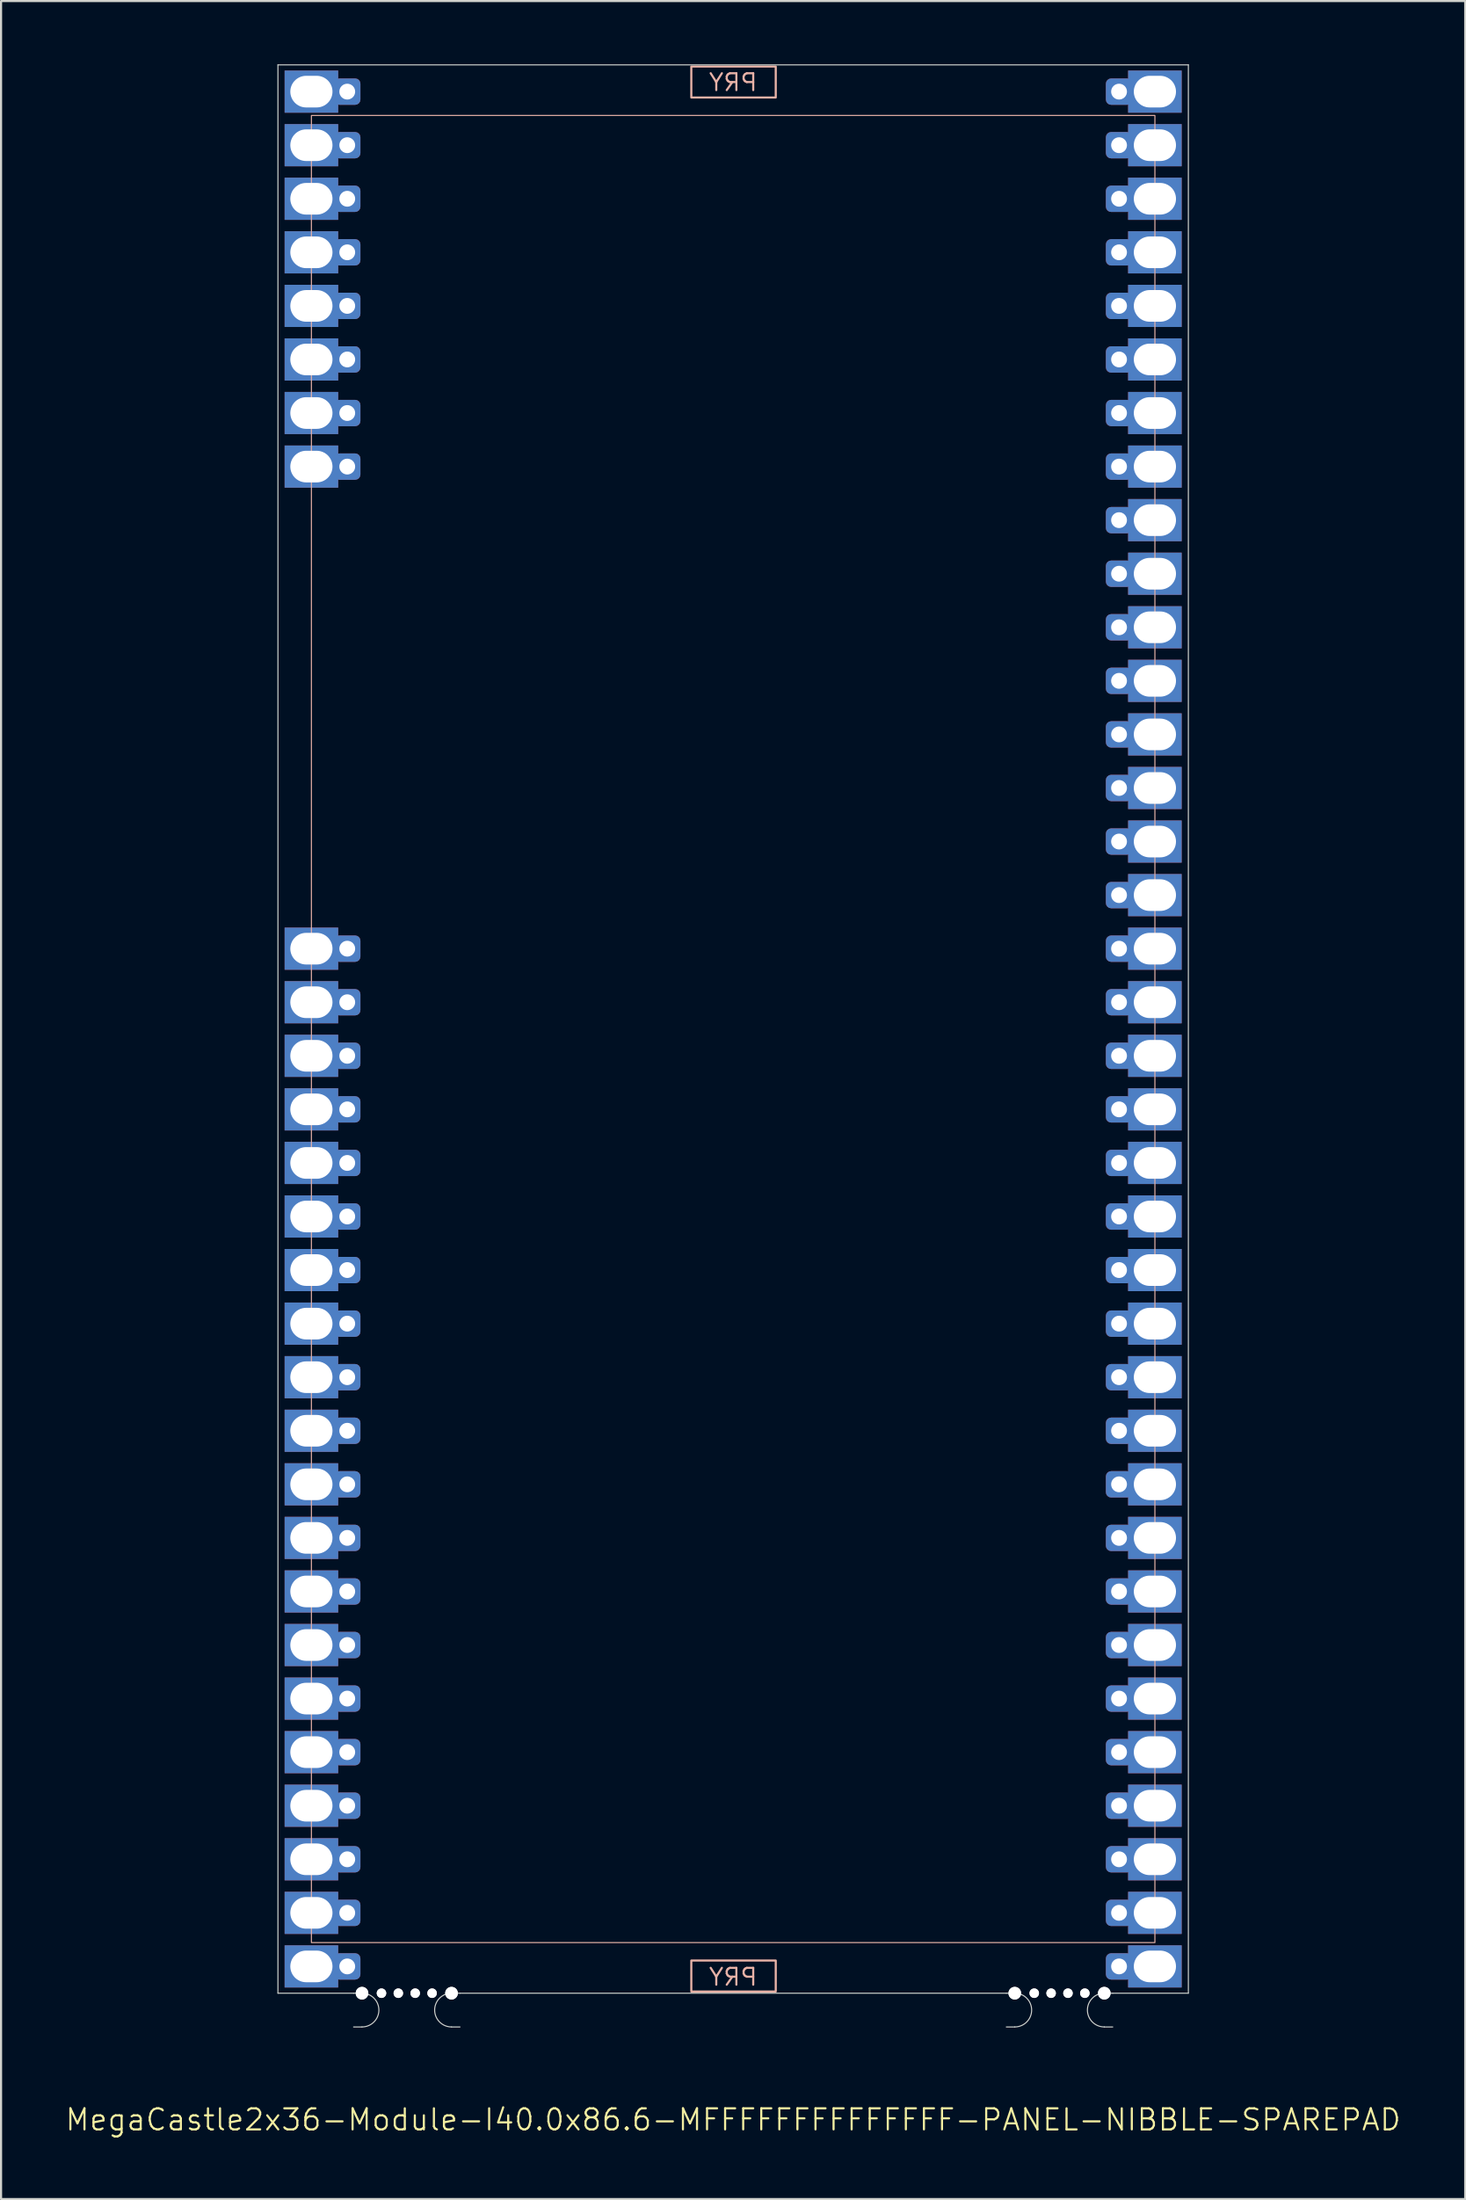
<source format=kicad_pcb>
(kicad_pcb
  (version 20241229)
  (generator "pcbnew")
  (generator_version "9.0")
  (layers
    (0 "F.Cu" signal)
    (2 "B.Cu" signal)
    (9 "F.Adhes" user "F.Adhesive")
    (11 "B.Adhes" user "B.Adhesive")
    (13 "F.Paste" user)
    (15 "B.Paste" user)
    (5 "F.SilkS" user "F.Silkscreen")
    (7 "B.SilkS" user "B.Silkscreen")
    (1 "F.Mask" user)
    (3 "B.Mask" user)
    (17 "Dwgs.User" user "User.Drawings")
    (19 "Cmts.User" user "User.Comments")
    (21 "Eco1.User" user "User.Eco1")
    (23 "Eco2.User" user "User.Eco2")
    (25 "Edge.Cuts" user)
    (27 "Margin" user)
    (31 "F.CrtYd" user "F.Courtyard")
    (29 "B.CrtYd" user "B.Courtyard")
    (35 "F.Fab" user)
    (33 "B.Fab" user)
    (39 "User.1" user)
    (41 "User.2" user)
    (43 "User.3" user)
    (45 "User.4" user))
  (footprint "MegaCastle2x36-Module-I40.0x86.6-MFFFFFFFFFFFFFF-PANEL-NIBBLE-SPAREPAD"
    (layer "F.Cu")
    (at 31.717 45.745)
    (property "Reference" "MegaCastle2x36-Module-I40.0x86.6-MFFFFFFFFFFFFFF-PANEL-NIBBLE-SPAREPAD" (at 0 51.72 0) (unlocked yes) (layer "F.SilkS") (effects (font (size 1 1) (thickness 0.1))))
    (attr smd)
    (fp_rect (start -20 43.32) (end 20 -43.32) (stroke (width 0.05) (type default)) (fill no) (layer "B.SilkS"))
    (fp_rect (start -1.984 -44.171) (end 2.02 -45.64) (stroke (width 0.1) (type default)) (fill no) (layer "B.SilkS"))
    (fp_rect (start -1.984 44.171) (end 2.02 45.64) (stroke (width 0.1) (type default)) (fill no) (layer "B.SilkS"))
    (fp_line (start -21.587 -45.72) (end -21.587 45.72) (stroke (width 0.05) (type default)) (layer "Edge.Cuts"))
    (fp_line (start -21.587 -45.72) (end 21.587 -45.72) (stroke (width 0.05) (type default)) (layer "Edge.Cuts"))
    (fp_line (start -21.587 45.72) (end -18 45.72) (stroke (width 0.05) (type default)) (layer "Edge.Cuts"))
    (fp_line (start -18 45.72) (end -17.6 45.72) (stroke (width 0.05) (type default)) (layer "Edge.Cuts"))
    (fp_line (start -18 47.32) (end -17.6 47.32) (stroke (width 0.05) (type default)) (layer "Edge.Cuts"))
    (fp_line (start -12.955 45.72) (end -13.355 45.72) (stroke (width 0.05) (type default)) (layer "Edge.Cuts"))
    (fp_line (start -12.955 45.72) (end 12.955 45.72) (stroke (width 0.05) (type default)) (layer "Edge.Cuts"))
    (fp_line (start -12.955 47.32) (end -13.355 47.32) (stroke (width 0.05) (type default)) (layer "Edge.Cuts"))
    (fp_line (start 12.955 45.72) (end 13.355 45.72) (stroke (width 0.05) (type default)) (layer "Edge.Cuts"))
    (fp_line (start 12.955 47.32) (end 13.355 47.32) (stroke (width 0.05) (type default)) (layer "Edge.Cuts"))
    (fp_line (start 18 45.72) (end 17.6 45.72) (stroke (width 0.05) (type default)) (layer "Edge.Cuts"))
    (fp_line (start 18 45.72) (end 21.587 45.72) (stroke (width 0.05) (type default)) (layer "Edge.Cuts"))
    (fp_line (start 18 47.32) (end 17.6 47.32) (stroke (width 0.05) (type default)) (layer "Edge.Cuts"))
    (fp_line (start 21.587 -45.72) (end 21.587 45.72) (stroke (width 0.05) (type default)) (layer "Edge.Cuts"))
    (fp_arc (start -17.6 45.720001) (mid -16.799999 46.52) (end -17.6 47.32) (stroke (width 0.05) (type default)) (layer "Edge.Cuts"))
    (fp_arc (start -13.355 47.32) (mid -14.154999 46.520001) (end -13.355 45.720001) (stroke (width 0.05) (type default)) (layer "Edge.Cuts"))
    (fp_arc (start 13.355001 45.720001) (mid 14.155002 46.52) (end 13.355001 47.32) (stroke (width 0.05) (type default)) (layer "Edge.Cuts"))
    (fp_arc (start 17.600002 47.32) (mid 16.8 46.52) (end 17.600002 45.720001) (stroke (width 0.05) (type default)) (layer "Edge.Cuts"))
    (fp_text user "PRY" (at 0 -44.42 0) (unlocked yes) (layer "B.SilkS") (effects (font (size 0.8 0.8) (thickness 0.1)) (justify bottom mirror)))
    (fp_text user "PRY" (at 0 45.42 0) (unlocked yes) (layer "B.SilkS") (effects (font (size 0.8 0.8) (thickness 0.1)) (justify bottom mirror)))
    (pad "" np_thru_hole circle (at -17.6 45.72) (size 0.6 0.6) (drill 0.6) (layers "*.Cu" "Edge.Cuts"))
    (pad "" np_thru_hole circle (at -16.677 45.72) (size 0.45 0.45) (drill 0.45) (layers "*.Cu" "Edge.Cuts"))
    (pad "" np_thru_hole circle (at -15.878 45.72) (size 0.45 0.45) (drill 0.45) (layers "*.Cu" "Edge.Cuts"))
    (pad "" np_thru_hole circle (at -15.078 45.72) (size 0.45 0.45) (drill 0.45) (layers "*.Cu" "Edge.Cuts"))
    (pad "" np_thru_hole circle (at -14.277 45.72) (size 0.45 0.45) (drill 0.45) (layers "*.Cu" "Edge.Cuts"))
    (pad "" np_thru_hole circle (at -13.355 45.72) (size 0.6 0.6) (drill 0.6) (layers "*.Cu" "Edge.Cuts"))
    (pad "" np_thru_hole circle (at 13.355 45.72) (size 0.6 0.6) (drill 0.6) (layers "*.Cu" "Edge.Cuts"))
    (pad "" np_thru_hole circle (at 14.278 45.72) (size 0.45 0.45) (drill 0.45) (layers "*.Cu" "Edge.Cuts"))
    (pad "" np_thru_hole circle (at 15.078 45.72) (size 0.45 0.45) (drill 0.45) (layers "*.Cu" "Edge.Cuts"))
    (pad "" np_thru_hole circle (at 15.878 45.72) (size 0.45 0.45) (drill 0.45) (layers "*.Cu" "Edge.Cuts"))
    (pad "" np_thru_hole circle (at 16.678 45.72) (size 0.45 0.45) (drill 0.45) (layers "*.Cu" "Edge.Cuts"))
    (pad "" np_thru_hole circle (at 17.6 45.72) (size 0.6 0.6) (drill 0.6) (layers "*.Cu" "Edge.Cuts"))
    (pad "1" thru_hole rect (at -20 -44.45) (size 2.54 2) (drill oval 2 1.5) (property pad_prop_castellated) (layers "*.Cu" "*.Mask"))
    (pad "1" thru_hole roundrect (at -18.3 -44.45 180) (size 1.25 1.25) (drill 0.75) (layers "*.Cu" "*.Mask") (roundrect_rratio 0.2))
    (pad "2" thru_hole rect (at -20 -41.91) (size 2.54 2) (drill oval 2 1.5) (property pad_prop_castellated) (layers "*.Cu" "*.Mask"))
    (pad "2" thru_hole roundrect (at -18.3 -41.91 180) (size 1.25 1.25) (drill 0.75) (layers "*.Cu" "*.Mask") (roundrect_rratio 0.2))
    (pad "3" thru_hole rect (at -20 -39.37) (size 2.54 2) (drill oval 2 1.5) (property pad_prop_castellated) (layers "*.Cu" "*.Mask"))
    (pad "3" thru_hole roundrect (at -18.3 -39.37 180) (size 1.25 1.25) (drill 0.75) (layers "*.Cu" "*.Mask") (roundrect_rratio 0.2))
    (pad "4" thru_hole rect (at -20 -36.83) (size 2.54 2) (drill oval 2 1.5) (property pad_prop_castellated) (layers "*.Cu" "*.Mask"))
    (pad "4" thru_hole roundrect (at -18.3 -36.83 180) (size 1.25 1.25) (drill 0.75) (layers "*.Cu" "*.Mask") (roundrect_rratio 0.2))
    (pad "5" thru_hole rect (at -20 -34.29) (size 2.54 2) (drill oval 2 1.5) (property pad_prop_castellated) (layers "*.Cu" "*.Mask"))
    (pad "5" thru_hole roundrect (at -18.3 -34.29 180) (size 1.25 1.25) (drill 0.75) (layers "*.Cu" "*.Mask") (roundrect_rratio 0.2))
    (pad "6" thru_hole rect (at -20 -31.75) (size 2.54 2) (drill oval 2 1.5) (property pad_prop_castellated) (layers "*.Cu" "*.Mask"))
    (pad "6" thru_hole roundrect (at -18.3 -31.75 180) (size 1.25 1.25) (drill 0.75) (layers "*.Cu" "*.Mask") (roundrect_rratio 0.2))
    (pad "7" thru_hole rect (at -20 -29.21) (size 2.54 2) (drill oval 2 1.5) (property pad_prop_castellated) (layers "*.Cu" "*.Mask"))
    (pad "7" thru_hole roundrect (at -18.3 -29.21 180) (size 1.25 1.25) (drill 0.75) (layers "*.Cu" "*.Mask") (roundrect_rratio 0.2))
    (pad "8" thru_hole rect (at -20 -26.67) (size 2.54 2) (drill oval 2 1.5) (property pad_prop_castellated) (layers "*.Cu" "*.Mask"))
    (pad "8" thru_hole roundrect (at -18.3 -26.67 180) (size 1.25 1.25) (drill 0.75) (layers "*.Cu" "*.Mask") (roundrect_rratio 0.2))
    (pad "17" thru_hole rect (at -20 -3.81) (size 2.54 2) (drill oval 2 1.5) (property pad_prop_castellated) (layers "*.Cu" "*.Mask"))
    (pad "17" thru_hole roundrect (at -18.3 -3.81 180) (size 1.25 1.25) (drill 0.75) (layers "*.Cu" "*.Mask") (roundrect_rratio 0.2))
    (pad "18" thru_hole rect (at -20 -1.27) (size 2.54 2) (drill oval 2 1.5) (property pad_prop_castellated) (layers "*.Cu" "*.Mask"))
    (pad "18" thru_hole roundrect (at -18.3 -1.27 180) (size 1.25 1.25) (drill 0.75) (layers "*.Cu" "*.Mask") (roundrect_rratio 0.2))
    (pad "19" thru_hole rect (at -20 1.27) (size 2.54 2) (drill oval 2 1.5) (property pad_prop_castellated) (layers "*.Cu" "*.Mask"))
    (pad "19" thru_hole roundrect (at -18.3 1.27 180) (size 1.25 1.25) (drill 0.75) (layers "*.Cu" "*.Mask") (roundrect_rratio 0.2))
    (pad "20" thru_hole rect (at -20 3.81) (size 2.54 2) (drill oval 2 1.5) (property pad_prop_castellated) (layers "*.Cu" "*.Mask"))
    (pad "20" thru_hole roundrect (at -18.3 3.81 180) (size 1.25 1.25) (drill 0.75) (layers "*.Cu" "*.Mask") (roundrect_rratio 0.2))
    (pad "21" thru_hole rect (at -20 6.35) (size 2.54 2) (drill oval 2 1.5) (property pad_prop_castellated) (layers "*.Cu" "*.Mask"))
    (pad "21" thru_hole roundrect (at -18.3 6.35 180) (size 1.25 1.25) (drill 0.75) (layers "*.Cu" "*.Mask") (roundrect_rratio 0.2))
    (pad "22" thru_hole rect (at -20 8.89) (size 2.54 2) (drill oval 2 1.5) (property pad_prop_castellated) (layers "*.Cu" "*.Mask"))
    (pad "22" thru_hole roundrect (at -18.3 8.89 180) (size 1.25 1.25) (drill 0.75) (layers "*.Cu" "*.Mask") (roundrect_rratio 0.2))
    (pad "23" thru_hole rect (at -20 11.43) (size 2.54 2) (drill oval 2 1.5) (property pad_prop_castellated) (layers "*.Cu" "*.Mask"))
    (pad "23" thru_hole roundrect (at -18.3 11.43 180) (size 1.25 1.25) (drill 0.75) (layers "*.Cu" "*.Mask") (roundrect_rratio 0.2))
    (pad "24" thru_hole rect (at -20 13.97) (size 2.54 2) (drill oval 2 1.5) (property pad_prop_castellated) (layers "*.Cu" "*.Mask"))
    (pad "24" thru_hole roundrect (at -18.3 13.97 180) (size 1.25 1.25) (drill 0.75) (layers "*.Cu" "*.Mask") (roundrect_rratio 0.2))
    (pad "25" thru_hole rect (at -20 16.51) (size 2.54 2) (drill oval 2 1.5) (property pad_prop_castellated) (layers "*.Cu" "*.Mask"))
    (pad "25" thru_hole roundrect (at -18.3 16.51 180) (size 1.25 1.25) (drill 0.75) (layers "*.Cu" "*.Mask") (roundrect_rratio 0.2))
    (pad "26" thru_hole rect (at -20 19.05) (size 2.54 2) (drill oval 2 1.5) (property pad_prop_castellated) (layers "*.Cu" "*.Mask"))
    (pad "26" thru_hole roundrect (at -18.3 19.05 180) (size 1.25 1.25) (drill 0.75) (layers "*.Cu" "*.Mask") (roundrect_rratio 0.2))
    (pad "27" thru_hole rect (at -20 21.59) (size 2.54 2) (drill oval 2 1.5) (property pad_prop_castellated) (layers "*.Cu" "*.Mask"))
    (pad "27" thru_hole roundrect (at -18.3 21.59 180) (size 1.25 1.25) (drill 0.75) (layers "*.Cu" "*.Mask") (roundrect_rratio 0.2))
    (pad "28" thru_hole rect (at -20 24.13) (size 2.54 2) (drill oval 2 1.5) (property pad_prop_castellated) (layers "*.Cu" "*.Mask"))
    (pad "28" thru_hole roundrect (at -18.3 24.13 180) (size 1.25 1.25) (drill 0.75) (layers "*.Cu" "*.Mask") (roundrect_rratio 0.2))
    (pad "29" thru_hole rect (at -20 26.67) (size 2.54 2) (drill oval 2 1.5) (property pad_prop_castellated) (layers "*.Cu" "*.Mask"))
    (pad "29" thru_hole roundrect (at -18.3 26.67 180) (size 1.25 1.25) (drill 0.75) (layers "*.Cu" "*.Mask") (roundrect_rratio 0.2))
    (pad "30" thru_hole rect (at -20 29.21) (size 2.54 2) (drill oval 2 1.5) (property pad_prop_castellated) (layers "*.Cu" "*.Mask"))
    (pad "30" thru_hole roundrect (at -18.3 29.21 180) (size 1.25 1.25) (drill 0.75) (layers "*.Cu" "*.Mask") (roundrect_rratio 0.2))
    (pad "31" thru_hole rect (at -20 31.75) (size 2.54 2) (drill oval 2 1.5) (property pad_prop_castellated) (layers "*.Cu" "*.Mask"))
    (pad "31" thru_hole roundrect (at -18.3 31.75 180) (size 1.25 1.25) (drill 0.75) (layers "*.Cu" "*.Mask") (roundrect_rratio 0.2))
    (pad "32" thru_hole rect (at -20 34.29) (size 2.54 2) (drill oval 2 1.5) (property pad_prop_castellated) (layers "*.Cu" "*.Mask"))
    (pad "32" thru_hole roundrect (at -18.3 34.29 180) (size 1.25 1.25) (drill 0.75) (layers "*.Cu" "*.Mask") (roundrect_rratio 0.2))
    (pad "33" thru_hole rect (at -20 36.83) (size 2.54 2) (drill oval 2 1.5) (property pad_prop_castellated) (layers "*.Cu" "*.Mask"))
    (pad "33" thru_hole roundrect (at -18.3 36.83 180) (size 1.25 1.25) (drill 0.75) (layers "*.Cu" "*.Mask") (roundrect_rratio 0.2))
    (pad "34" thru_hole rect (at -20 39.37) (size 2.54 2) (drill oval 2 1.5) (property pad_prop_castellated) (layers "*.Cu" "*.Mask"))
    (pad "34" thru_hole roundrect (at -18.3 39.37 180) (size 1.25 1.25) (drill 0.75) (layers "*.Cu" "*.Mask") (roundrect_rratio 0.2))
    (pad "35" thru_hole rect (at -20 41.91) (size 2.54 2) (drill oval 2 1.5) (property pad_prop_castellated) (layers "*.Cu" "*.Mask"))
    (pad "35" thru_hole roundrect (at -18.3 41.91 180) (size 1.25 1.25) (drill 0.75) (layers "*.Cu" "*.Mask") (roundrect_rratio 0.2))
    (pad "36" thru_hole rect (at -20 44.45) (size 2.54 2) (drill oval 2 1.5) (property pad_prop_castellated) (layers "*.Cu" "*.Mask"))
    (pad "36" thru_hole roundrect (at -18.3 44.45 180) (size 1.25 1.25) (drill 0.75) (layers "*.Cu" "*.Mask") (roundrect_rratio 0.2))
    (pad "37" thru_hole roundrect (at 18.3 -44.45 180) (size 1.25 1.25) (drill 0.75) (layers "*.Cu" "*.Mask") (roundrect_rratio 0.2))
    (pad "37" thru_hole rect (at 20 -44.45) (size 2.54 2) (drill oval 2 1.5) (property pad_prop_castellated) (layers "*.Cu" "*.Mask"))
    (pad "38" thru_hole roundrect (at 18.3 -41.91 180) (size 1.25 1.25) (drill 0.75) (layers "*.Cu" "*.Mask") (roundrect_rratio 0.2))
    (pad "38" thru_hole rect (at 20 -41.91) (size 2.54 2) (drill oval 2 1.5) (property pad_prop_castellated) (layers "*.Cu" "*.Mask"))
    (pad "39" thru_hole roundrect (at 18.3 -39.37 180) (size 1.25 1.25) (drill 0.75) (layers "*.Cu" "*.Mask") (roundrect_rratio 0.2))
    (pad "39" thru_hole rect (at 20 -39.37) (size 2.54 2) (drill oval 2 1.5) (property pad_prop_castellated) (layers "*.Cu" "*.Mask"))
    (pad "40" thru_hole roundrect (at 18.3 -36.83 180) (size 1.25 1.25) (drill 0.75) (layers "*.Cu" "*.Mask") (roundrect_rratio 0.2))
    (pad "40" thru_hole rect (at 20 -36.83) (size 2.54 2) (drill oval 2 1.5) (property pad_prop_castellated) (layers "*.Cu" "*.Mask"))
    (pad "41" thru_hole roundrect (at 18.3 -34.29 180) (size 1.25 1.25) (drill 0.75) (layers "*.Cu" "*.Mask") (roundrect_rratio 0.2))
    (pad "41" thru_hole rect (at 20 -34.29) (size 2.54 2) (drill oval 2 1.5) (property pad_prop_castellated) (layers "*.Cu" "*.Mask"))
    (pad "42" thru_hole roundrect (at 18.3 -31.75 180) (size 1.25 1.25) (drill 0.75) (layers "*.Cu" "*.Mask") (roundrect_rratio 0.2))
    (pad "42" thru_hole rect (at 20 -31.75) (size 2.54 2) (drill oval 2 1.5) (property pad_prop_castellated) (layers "*.Cu" "*.Mask"))
    (pad "43" thru_hole roundrect (at 18.3 -29.21 180) (size 1.25 1.25) (drill 0.75) (layers "*.Cu" "*.Mask") (roundrect_rratio 0.2))
    (pad "43" thru_hole rect (at 20 -29.21) (size 2.54 2) (drill oval 2 1.5) (property pad_prop_castellated) (layers "*.Cu" "*.Mask"))
    (pad "44" thru_hole roundrect (at 18.3 -26.67 180) (size 1.25 1.25) (drill 0.75) (layers "*.Cu" "*.Mask") (roundrect_rratio 0.2))
    (pad "44" thru_hole rect (at 20 -26.67) (size 2.54 2) (drill oval 2 1.5) (property pad_prop_castellated) (layers "*.Cu" "*.Mask"))
    (pad "45" thru_hole roundrect (at 18.3 -24.13 180) (size 1.25 1.25) (drill 0.75) (layers "*.Cu" "*.Mask") (roundrect_rratio 0.2))
    (pad "45" thru_hole rect (at 20 -24.13) (size 2.54 2) (drill oval 2 1.5) (property pad_prop_castellated) (layers "*.Cu" "*.Mask"))
    (pad "46" thru_hole roundrect (at 18.3 -21.59 180) (size 1.25 1.25) (drill 0.75) (layers "*.Cu" "*.Mask") (roundrect_rratio 0.2))
    (pad "46" thru_hole rect (at 20 -21.59) (size 2.54 2) (drill oval 2 1.5) (property pad_prop_castellated) (layers "*.Cu" "*.Mask"))
    (pad "47" thru_hole roundrect (at 18.3 -19.05 180) (size 1.25 1.25) (drill 0.75) (layers "*.Cu" "*.Mask") (roundrect_rratio 0.2))
    (pad "47" thru_hole rect (at 20 -19.05) (size 2.54 2) (drill oval 2 1.5) (property pad_prop_castellated) (layers "*.Cu" "*.Mask"))
    (pad "48" thru_hole roundrect (at 18.3 -16.51 180) (size 1.25 1.25) (drill 0.75) (layers "*.Cu" "*.Mask") (roundrect_rratio 0.2))
    (pad "48" thru_hole rect (at 20 -16.51) (size 2.54 2) (drill oval 2 1.5) (property pad_prop_castellated) (layers "*.Cu" "*.Mask"))
    (pad "49" thru_hole roundrect (at 18.3 -13.97 180) (size 1.25 1.25) (drill 0.75) (layers "*.Cu" "*.Mask") (roundrect_rratio 0.2))
    (pad "49" thru_hole rect (at 20 -13.97) (size 2.54 2) (drill oval 2 1.5) (property pad_prop_castellated) (layers "*.Cu" "*.Mask"))
    (pad "50" thru_hole roundrect (at 18.3 -11.43 180) (size 1.25 1.25) (drill 0.75) (layers "*.Cu" "*.Mask") (roundrect_rratio 0.2))
    (pad "50" thru_hole rect (at 20 -11.43) (size 2.54 2) (drill oval 2 1.5) (property pad_prop_castellated) (layers "*.Cu" "*.Mask"))
    (pad "51" thru_hole roundrect (at 18.3 -8.89 180) (size 1.25 1.25) (drill 0.75) (layers "*.Cu" "*.Mask") (roundrect_rratio 0.2))
    (pad "51" thru_hole rect (at 20 -8.89) (size 2.54 2) (drill oval 2 1.5) (property pad_prop_castellated) (layers "*.Cu" "*.Mask"))
    (pad "52" thru_hole roundrect (at 18.3 -6.35 180) (size 1.25 1.25) (drill 0.75) (layers "*.Cu" "*.Mask") (roundrect_rratio 0.2))
    (pad "52" thru_hole rect (at 20 -6.35) (size 2.54 2) (drill oval 2 1.5) (property pad_prop_castellated) (layers "*.Cu" "*.Mask"))
    (pad "53" thru_hole roundrect (at 18.3 -3.81 180) (size 1.25 1.25) (drill 0.75) (layers "*.Cu" "*.Mask") (roundrect_rratio 0.2))
    (pad "53" thru_hole rect (at 20 -3.81) (size 2.54 2) (drill oval 2 1.5) (property pad_prop_castellated) (layers "*.Cu" "*.Mask"))
    (pad "54" thru_hole roundrect (at 18.3 -1.27 180) (size 1.25 1.25) (drill 0.75) (layers "*.Cu" "*.Mask") (roundrect_rratio 0.2))
    (pad "54" thru_hole rect (at 20 -1.27) (size 2.54 2) (drill oval 2 1.5) (property pad_prop_castellated) (layers "*.Cu" "*.Mask"))
    (pad "55" thru_hole roundrect (at 18.3 1.27 180) (size 1.25 1.25) (drill 0.75) (layers "*.Cu" "*.Mask") (roundrect_rratio 0.2))
    (pad "55" thru_hole rect (at 20 1.27) (size 2.54 2) (drill oval 2 1.5) (property pad_prop_castellated) (layers "*.Cu" "*.Mask"))
    (pad "56" thru_hole roundrect (at 18.3 3.81 180) (size 1.25 1.25) (drill 0.75) (layers "*.Cu" "*.Mask") (roundrect_rratio 0.2))
    (pad "56" thru_hole rect (at 20 3.81) (size 2.54 2) (drill oval 2 1.5) (property pad_prop_castellated) (layers "*.Cu" "*.Mask"))
    (pad "57" thru_hole roundrect (at 18.3 6.35 180) (size 1.25 1.25) (drill 0.75) (layers "*.Cu" "*.Mask") (roundrect_rratio 0.2))
    (pad "57" thru_hole rect (at 20 6.35) (size 2.54 2) (drill oval 2 1.5) (property pad_prop_castellated) (layers "*.Cu" "*.Mask"))
    (pad "58" thru_hole roundrect (at 18.3 8.89 180) (size 1.25 1.25) (drill 0.75) (layers "*.Cu" "*.Mask") (roundrect_rratio 0.2))
    (pad "58" thru_hole rect (at 20 8.89) (size 2.54 2) (drill oval 2 1.5) (property pad_prop_castellated) (layers "*.Cu" "*.Mask"))
    (pad "59" thru_hole roundrect (at 18.3 11.43 180) (size 1.25 1.25) (drill 0.75) (layers "*.Cu" "*.Mask") (roundrect_rratio 0.2))
    (pad "59" thru_hole rect (at 20 11.43) (size 2.54 2) (drill oval 2 1.5) (property pad_prop_castellated) (layers "*.Cu" "*.Mask"))
    (pad "60" thru_hole roundrect (at 18.3 13.97 180) (size 1.25 1.25) (drill 0.75) (layers "*.Cu" "*.Mask") (roundrect_rratio 0.2))
    (pad "60" thru_hole rect (at 20 13.97) (size 2.54 2) (drill oval 2 1.5) (property pad_prop_castellated) (layers "*.Cu" "*.Mask"))
    (pad "61" thru_hole roundrect (at 18.3 16.51 180) (size 1.25 1.25) (drill 0.75) (layers "*.Cu" "*.Mask") (roundrect_rratio 0.2))
    (pad "61" thru_hole rect (at 20 16.51) (size 2.54 2) (drill oval 2 1.5) (property pad_prop_castellated) (layers "*.Cu" "*.Mask"))
    (pad "62" thru_hole roundrect (at 18.3 19.05 180) (size 1.25 1.25) (drill 0.75) (layers "*.Cu" "*.Mask") (roundrect_rratio 0.2))
    (pad "62" thru_hole rect (at 20 19.05) (size 2.54 2) (drill oval 2 1.5) (property pad_prop_castellated) (layers "*.Cu" "*.Mask"))
    (pad "63" thru_hole roundrect (at 18.3 21.59 180) (size 1.25 1.25) (drill 0.75) (layers "*.Cu" "*.Mask") (roundrect_rratio 0.2))
    (pad "63" thru_hole rect (at 20 21.59) (size 2.54 2) (drill oval 2 1.5) (property pad_prop_castellated) (layers "*.Cu" "*.Mask"))
    (pad "64" thru_hole roundrect (at 18.3 24.13 180) (size 1.25 1.25) (drill 0.75) (layers "*.Cu" "*.Mask") (roundrect_rratio 0.2))
    (pad "64" thru_hole rect (at 20 24.13) (size 2.54 2) (drill oval 2 1.5) (property pad_prop_castellated) (layers "*.Cu" "*.Mask"))
    (pad "65" thru_hole roundrect (at 18.3 26.67 180) (size 1.25 1.25) (drill 0.75) (layers "*.Cu" "*.Mask") (roundrect_rratio 0.2))
    (pad "65" thru_hole rect (at 20 26.67) (size 2.54 2) (drill oval 2 1.5) (property pad_prop_castellated) (layers "*.Cu" "*.Mask"))
    (pad "66" thru_hole roundrect (at 18.3 29.21 180) (size 1.25 1.25) (drill 0.75) (layers "*.Cu" "*.Mask") (roundrect_rratio 0.2))
    (pad "66" thru_hole rect (at 20 29.21) (size 2.54 2) (drill oval 2 1.5) (property pad_prop_castellated) (layers "*.Cu" "*.Mask"))
    (pad "67" thru_hole roundrect (at 18.3 31.75 180) (size 1.25 1.25) (drill 0.75) (layers "*.Cu" "*.Mask") (roundrect_rratio 0.2))
    (pad "67" thru_hole rect (at 20 31.75) (size 2.54 2) (drill oval 2 1.5) (property pad_prop_castellated) (layers "*.Cu" "*.Mask"))
    (pad "68" thru_hole roundrect (at 18.3 34.29 180) (size 1.25 1.25) (drill 0.75) (layers "*.Cu" "*.Mask") (roundrect_rratio 0.2))
    (pad "68" thru_hole rect (at 20 34.29) (size 2.54 2) (drill oval 2 1.5) (property pad_prop_castellated) (layers "*.Cu" "*.Mask"))
    (pad "69" thru_hole roundrect (at 18.3 36.83 180) (size 1.25 1.25) (drill 0.75) (layers "*.Cu" "*.Mask") (roundrect_rratio 0.2))
    (pad "69" thru_hole rect (at 20 36.83) (size 2.54 2) (drill oval 2 1.5) (property pad_prop_castellated) (layers "*.Cu" "*.Mask"))
    (pad "70" thru_hole roundrect (at 18.3 39.37 180) (size 1.25 1.25) (drill 0.75) (layers "*.Cu" "*.Mask") (roundrect_rratio 0.2))
    (pad "70" thru_hole rect (at 20 39.37) (size 2.54 2) (drill oval 2 1.5) (property pad_prop_castellated) (layers "*.Cu" "*.Mask"))
    (pad "71" thru_hole roundrect (at 18.3 41.91 180) (size 1.25 1.25) (drill 0.75) (layers "*.Cu" "*.Mask") (roundrect_rratio 0.2))
    (pad "71" thru_hole rect (at 20 41.91) (size 2.54 2) (drill oval 2 1.5) (property pad_prop_castellated) (layers "*.Cu" "*.Mask"))
    (pad "72" thru_hole roundrect (at 18.3 44.45 180) (size 1.25 1.25) (drill 0.75) (layers "*.Cu" "*.Mask") (roundrect_rratio 0.2))
    (pad "72" thru_hole rect (at 20 44.45) (size 2.54 2) (drill oval 2 1.5) (property pad_prop_castellated) (layers "*.Cu" "*.Mask"))
    (zone (net_name "") (layer "B.Cu") (hatch edge 0.5) (connect_pads) (min_thickness 0.25) (filled_areas_thickness no) (keepout (tracks allowed) (vias allowed) (pads allowed) (copperpour allowed) (footprints not_allowed)) (placement (enabled no)) (fill) (polygon (pts (xy 11.717 91.465) (xy 11.717 0.025))))
    (zone (net_name "") (layer "B.Cu") (hatch edge 0.5) (connect_pads) (min_thickness 0.25) (filled_areas_thickness no) (keepout (tracks allowed) (vias allowed) (pads allowed) (copperpour allowed) (footprints not_allowed)) (placement (enabled no)) (fill) (polygon (pts (xy 51.717 91.465) (xy 51.717 0.025))))
    (zone (net_name "") (layer "B.Cu") (hatch edge 0.5) (connect_pads) (min_thickness 0.25) (filled_areas_thickness no) (keepout (tracks allowed) (vias allowed) (pads allowed) (copperpour allowed) (footprints not_allowed)) (placement (enabled no)) (fill) (polygon (pts (xy 11.717 0.025) (xy 11.717 2.425) (xy 51.717 2.425) (xy 51.717 0.025))))
    (zone (net_name "") (layer "B.Cu") (hatch edge 0.5) (connect_pads) (min_thickness 0.25) (filled_areas_thickness no) (keepout (tracks allowed) (vias allowed) (pads allowed) (copperpour allowed) (footprints not_allowed)) (placement (enabled no)) (fill) (polygon (pts (xy 11.717 91.465) (xy 11.717 89.065) (xy 51.717 89.065) (xy 51.717 91.465))))
    (zone (net_name "") (layer "B.Cu") (name "Upper Pry Zone") (hatch edge 0.5) (connect_pads) (min_thickness 0.25) (filled_areas_thickness no) (keepout (tracks not_allowed) (vias not_allowed) (pads not_allowed) (copperpour allowed) (footprints not_allowed)) (placement (enabled no)) (fill) (polygon (pts (xy 29.732 1.574) (xy 29.732 0.105) (xy 33.736 0.105) (xy 33.736 1.574))))
    (zone (net_name "") (layer "B.Cu") (name "Upper Pry Zone") (hatch edge 0.5) (connect_pads) (min_thickness 0.25) (filled_areas_thickness no) (keepout (tracks not_allowed) (vias not_allowed) (pads not_allowed) (copperpour allowed) (footprints not_allowed)) (placement (enabled no)) (fill) (polygon (pts (xy 29.732 89.916) (xy 29.732 91.385) (xy 33.736 91.385) (xy 33.736 89.916)))))
  (gr_rect
    (start -3 -3)
    (end 66.433 101.226)
    (stroke (width 0.1) (type default))
    (fill no)
    (layer "Edge.Cuts")))
</source>
